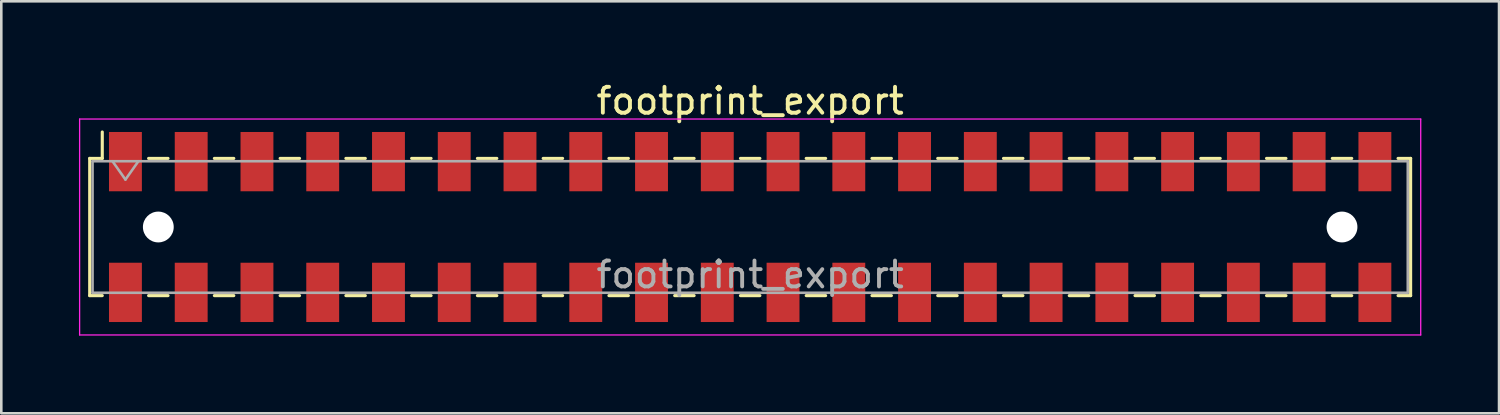
<source format=kicad_pcb>
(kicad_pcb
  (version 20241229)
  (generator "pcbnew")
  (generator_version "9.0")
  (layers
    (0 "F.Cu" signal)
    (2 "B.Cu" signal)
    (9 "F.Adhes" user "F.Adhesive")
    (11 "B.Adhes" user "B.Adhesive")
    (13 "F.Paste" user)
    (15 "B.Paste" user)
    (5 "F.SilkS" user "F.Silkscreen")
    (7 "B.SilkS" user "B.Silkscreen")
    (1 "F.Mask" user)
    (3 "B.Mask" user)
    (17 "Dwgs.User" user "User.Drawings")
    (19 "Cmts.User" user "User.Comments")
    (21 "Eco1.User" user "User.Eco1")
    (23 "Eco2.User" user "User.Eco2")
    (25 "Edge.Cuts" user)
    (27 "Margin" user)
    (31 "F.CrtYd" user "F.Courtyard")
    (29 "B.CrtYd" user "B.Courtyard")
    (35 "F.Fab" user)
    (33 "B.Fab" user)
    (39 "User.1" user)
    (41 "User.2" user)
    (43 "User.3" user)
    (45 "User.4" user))
  (footprint "footprint_export"
    (layer "F.Cu")
    (at 25.925 5.718)
    (property "Reference" "footprint_export" (at 0 -4.87 0) (layer "F.SilkS") (effects (font (size 1 1) (thickness 0.15))))
    (attr smd)
    (fp_line (start -25.51 -2.65) (end -25.51 2.65) (stroke (width 0.12) (type solid)) (layer "F.SilkS"))
    (fp_line (start -25.51 2.65) (end -25.025 2.65) (stroke (width 0.12) (type solid)) (layer "F.SilkS"))
    (fp_line (start -25.025 -3.67) (end -25.025 -2.65) (stroke (width 0.12) (type solid)) (layer "F.SilkS"))
    (fp_line (start -25.025 -2.65) (end -25.51 -2.65) (stroke (width 0.12) (type solid)) (layer "F.SilkS"))
    (fp_line (start -23.235 -2.65) (end -22.485 -2.65) (stroke (width 0.12) (type solid)) (layer "F.SilkS"))
    (fp_line (start -23.235 2.65) (end -22.485 2.65) (stroke (width 0.12) (type solid)) (layer "F.SilkS"))
    (fp_line (start -20.695 -2.65) (end -19.945 -2.65) (stroke (width 0.12) (type solid)) (layer "F.SilkS"))
    (fp_line (start -20.695 2.65) (end -19.945 2.65) (stroke (width 0.12) (type solid)) (layer "F.SilkS"))
    (fp_line (start -18.155 -2.65) (end -17.405 -2.65) (stroke (width 0.12) (type solid)) (layer "F.SilkS"))
    (fp_line (start -18.155 2.65) (end -17.405 2.65) (stroke (width 0.12) (type solid)) (layer "F.SilkS"))
    (fp_line (start -15.615 -2.65) (end -14.865 -2.65) (stroke (width 0.12) (type solid)) (layer "F.SilkS"))
    (fp_line (start -15.615 2.65) (end -14.865 2.65) (stroke (width 0.12) (type solid)) (layer "F.SilkS"))
    (fp_line (start -13.075 -2.65) (end -12.325 -2.65) (stroke (width 0.12) (type solid)) (layer "F.SilkS"))
    (fp_line (start -13.075 2.65) (end -12.325 2.65) (stroke (width 0.12) (type solid)) (layer "F.SilkS"))
    (fp_line (start -10.535 -2.65) (end -9.785 -2.65) (stroke (width 0.12) (type solid)) (layer "F.SilkS"))
    (fp_line (start -10.535 2.65) (end -9.785 2.65) (stroke (width 0.12) (type solid)) (layer "F.SilkS"))
    (fp_line (start -7.995 -2.65) (end -7.245 -2.65) (stroke (width 0.12) (type solid)) (layer "F.SilkS"))
    (fp_line (start -7.995 2.65) (end -7.245 2.65) (stroke (width 0.12) (type solid)) (layer "F.SilkS"))
    (fp_line (start -5.455 -2.65) (end -4.705 -2.65) (stroke (width 0.12) (type solid)) (layer "F.SilkS"))
    (fp_line (start -5.455 2.65) (end -4.705 2.65) (stroke (width 0.12) (type solid)) (layer "F.SilkS"))
    (fp_line (start -2.915 -2.65) (end -2.165 -2.65) (stroke (width 0.12) (type solid)) (layer "F.SilkS"))
    (fp_line (start -2.915 2.65) (end -2.165 2.65) (stroke (width 0.12) (type solid)) (layer "F.SilkS"))
    (fp_line (start -0.375 -2.65) (end 0.375 -2.65) (stroke (width 0.12) (type solid)) (layer "F.SilkS"))
    (fp_line (start -0.375 2.65) (end 0.375 2.65) (stroke (width 0.12) (type solid)) (layer "F.SilkS"))
    (fp_line (start 2.165 -2.65) (end 2.915 -2.65) (stroke (width 0.12) (type solid)) (layer "F.SilkS"))
    (fp_line (start 2.165 2.65) (end 2.915 2.65) (stroke (width 0.12) (type solid)) (layer "F.SilkS"))
    (fp_line (start 4.705 -2.65) (end 5.455 -2.65) (stroke (width 0.12) (type solid)) (layer "F.SilkS"))
    (fp_line (start 4.705 2.65) (end 5.455 2.65) (stroke (width 0.12) (type solid)) (layer "F.SilkS"))
    (fp_line (start 7.245 -2.65) (end 7.995 -2.65) (stroke (width 0.12) (type solid)) (layer "F.SilkS"))
    (fp_line (start 7.245 2.65) (end 7.995 2.65) (stroke (width 0.12) (type solid)) (layer "F.SilkS"))
    (fp_line (start 9.785 -2.65) (end 10.535 -2.65) (stroke (width 0.12) (type solid)) (layer "F.SilkS"))
    (fp_line (start 9.785 2.65) (end 10.535 2.65) (stroke (width 0.12) (type solid)) (layer "F.SilkS"))
    (fp_line (start 12.325 -2.65) (end 13.075 -2.65) (stroke (width 0.12) (type solid)) (layer "F.SilkS"))
    (fp_line (start 12.325 2.65) (end 13.075 2.65) (stroke (width 0.12) (type solid)) (layer "F.SilkS"))
    (fp_line (start 14.865 -2.65) (end 15.615 -2.65) (stroke (width 0.12) (type solid)) (layer "F.SilkS"))
    (fp_line (start 14.865 2.65) (end 15.615 2.65) (stroke (width 0.12) (type solid)) (layer "F.SilkS"))
    (fp_line (start 17.405 -2.65) (end 18.155 -2.65) (stroke (width 0.12) (type solid)) (layer "F.SilkS"))
    (fp_line (start 17.405 2.65) (end 18.155 2.65) (stroke (width 0.12) (type solid)) (layer "F.SilkS"))
    (fp_line (start 19.945 -2.65) (end 20.695 -2.65) (stroke (width 0.12) (type solid)) (layer "F.SilkS"))
    (fp_line (start 19.945 2.65) (end 20.695 2.65) (stroke (width 0.12) (type solid)) (layer "F.SilkS"))
    (fp_line (start 22.485 -2.65) (end 23.235 -2.65) (stroke (width 0.12) (type solid)) (layer "F.SilkS"))
    (fp_line (start 22.485 2.65) (end 23.235 2.65) (stroke (width 0.12) (type solid)) (layer "F.SilkS"))
    (fp_line (start 25.025 -2.65) (end 25.51 -2.65) (stroke (width 0.12) (type solid)) (layer "F.SilkS"))
    (fp_line (start 25.51 -2.65) (end 25.51 2.65) (stroke (width 0.12) (type solid)) (layer "F.SilkS"))
    (fp_line (start 25.51 2.65) (end 25.025 2.65) (stroke (width 0.12) (type solid)) (layer "F.SilkS"))
    (fp_line (start -25.9 -4.17) (end 25.9 -4.17) (stroke (width 0.05) (type solid)) (layer "F.CrtYd"))
    (fp_line (start -25.9 4.17) (end -25.9 -4.17) (stroke (width 0.05) (type solid)) (layer "F.CrtYd"))
    (fp_line (start 25.9 -4.17) (end 25.9 4.17) (stroke (width 0.05) (type solid)) (layer "F.CrtYd"))
    (fp_line (start 25.9 4.17) (end -25.9 4.17) (stroke (width 0.05) (type solid)) (layer "F.CrtYd"))
    (fp_line (start -25.4 -2.54) (end 25.4 -2.54) (stroke (width 0.1) (type solid)) (layer "F.Fab"))
    (fp_line (start -25.4 2.54) (end -25.4 -2.54) (stroke (width 0.1) (type solid)) (layer "F.Fab"))
    (fp_line (start -24.63 -2.54) (end -24.13 -1.833) (stroke (width 0.1) (type solid)) (layer "F.Fab"))
    (fp_line (start -24.13 -1.833) (end -23.63 -2.54) (stroke (width 0.1) (type solid)) (layer "F.Fab"))
    (fp_line (start 25.4 -2.54) (end 25.4 2.54) (stroke (width 0.1) (type solid)) (layer "F.Fab"))
    (fp_line (start 25.4 2.54) (end -25.4 2.54) (stroke (width 0.1) (type solid)) (layer "F.Fab"))
    (fp_text user "${REFERENCE}" (at 0 1.84 0) (layer "F.Fab") (effects (font (size 1 1) (thickness 0.15))))
    (pad "" np_thru_hole circle (at -22.86 0) (size 1.19 1.19) (drill 1.19) (layers "*.Cu" "*.Mask"))
    (pad "" np_thru_hole circle (at 22.86 0) (size 1.19 1.19) (drill 1.19) (layers "*.Cu" "*.Mask"))
    (pad "1" smd rect (at -24.13 -2.525) (size 1.27 2.29) (layers "F.Cu" "F.Mask" "F.Paste"))
    (pad "2" smd rect (at -24.13 2.525) (size 1.27 2.29) (layers "F.Cu" "F.Mask" "F.Paste"))
    (pad "3" smd rect (at -21.59 -2.525) (size 1.27 2.29) (layers "F.Cu" "F.Mask" "F.Paste"))
    (pad "4" smd rect (at -21.59 2.525) (size 1.27 2.29) (layers "F.Cu" "F.Mask" "F.Paste"))
    (pad "5" smd rect (at -19.05 -2.525) (size 1.27 2.29) (layers "F.Cu" "F.Mask" "F.Paste"))
    (pad "6" smd rect (at -19.05 2.525) (size 1.27 2.29) (layers "F.Cu" "F.Mask" "F.Paste"))
    (pad "7" smd rect (at -16.51 -2.525) (size 1.27 2.29) (layers "F.Cu" "F.Mask" "F.Paste"))
    (pad "8" smd rect (at -16.51 2.525) (size 1.27 2.29) (layers "F.Cu" "F.Mask" "F.Paste"))
    (pad "9" smd rect (at -13.97 -2.525) (size 1.27 2.29) (layers "F.Cu" "F.Mask" "F.Paste"))
    (pad "10" smd rect (at -13.97 2.525) (size 1.27 2.29) (layers "F.Cu" "F.Mask" "F.Paste"))
    (pad "11" smd rect (at -11.43 -2.525) (size 1.27 2.29) (layers "F.Cu" "F.Mask" "F.Paste"))
    (pad "12" smd rect (at -11.43 2.525) (size 1.27 2.29) (layers "F.Cu" "F.Mask" "F.Paste"))
    (pad "13" smd rect (at -8.89 -2.525) (size 1.27 2.29) (layers "F.Cu" "F.Mask" "F.Paste"))
    (pad "14" smd rect (at -8.89 2.525) (size 1.27 2.29) (layers "F.Cu" "F.Mask" "F.Paste"))
    (pad "15" smd rect (at -6.35 -2.525) (size 1.27 2.29) (layers "F.Cu" "F.Mask" "F.Paste"))
    (pad "16" smd rect (at -6.35 2.525) (size 1.27 2.29) (layers "F.Cu" "F.Mask" "F.Paste"))
    (pad "17" smd rect (at -3.81 -2.525) (size 1.27 2.29) (layers "F.Cu" "F.Mask" "F.Paste"))
    (pad "18" smd rect (at -3.81 2.525) (size 1.27 2.29) (layers "F.Cu" "F.Mask" "F.Paste"))
    (pad "19" smd rect (at -1.27 -2.525) (size 1.27 2.29) (layers "F.Cu" "F.Mask" "F.Paste"))
    (pad "20" smd rect (at -1.27 2.525) (size 1.27 2.29) (layers "F.Cu" "F.Mask" "F.Paste"))
    (pad "21" smd rect (at 1.27 -2.525) (size 1.27 2.29) (layers "F.Cu" "F.Mask" "F.Paste"))
    (pad "22" smd rect (at 1.27 2.525) (size 1.27 2.29) (layers "F.Cu" "F.Mask" "F.Paste"))
    (pad "23" smd rect (at 3.81 -2.525) (size 1.27 2.29) (layers "F.Cu" "F.Mask" "F.Paste"))
    (pad "24" smd rect (at 3.81 2.525) (size 1.27 2.29) (layers "F.Cu" "F.Mask" "F.Paste"))
    (pad "25" smd rect (at 6.35 -2.525) (size 1.27 2.29) (layers "F.Cu" "F.Mask" "F.Paste"))
    (pad "26" smd rect (at 6.35 2.525) (size 1.27 2.29) (layers "F.Cu" "F.Mask" "F.Paste"))
    (pad "27" smd rect (at 8.89 -2.525) (size 1.27 2.29) (layers "F.Cu" "F.Mask" "F.Paste"))
    (pad "28" smd rect (at 8.89 2.525) (size 1.27 2.29) (layers "F.Cu" "F.Mask" "F.Paste"))
    (pad "29" smd rect (at 11.43 -2.525) (size 1.27 2.29) (layers "F.Cu" "F.Mask" "F.Paste"))
    (pad "30" smd rect (at 11.43 2.525) (size 1.27 2.29) (layers "F.Cu" "F.Mask" "F.Paste"))
    (pad "31" smd rect (at 13.97 -2.525) (size 1.27 2.29) (layers "F.Cu" "F.Mask" "F.Paste"))
    (pad "32" smd rect (at 13.97 2.525) (size 1.27 2.29) (layers "F.Cu" "F.Mask" "F.Paste"))
    (pad "33" smd rect (at 16.51 -2.525) (size 1.27 2.29) (layers "F.Cu" "F.Mask" "F.Paste"))
    (pad "34" smd rect (at 16.51 2.525) (size 1.27 2.29) (layers "F.Cu" "F.Mask" "F.Paste"))
    (pad "35" smd rect (at 19.05 -2.525) (size 1.27 2.29) (layers "F.Cu" "F.Mask" "F.Paste"))
    (pad "36" smd rect (at 19.05 2.525) (size 1.27 2.29) (layers "F.Cu" "F.Mask" "F.Paste"))
    (pad "37" smd rect (at 21.59 -2.525) (size 1.27 2.29) (layers "F.Cu" "F.Mask" "F.Paste"))
    (pad "38" smd rect (at 21.59 2.525) (size 1.27 2.29) (layers "F.Cu" "F.Mask" "F.Paste"))
    (pad "39" smd rect (at 24.13 -2.525) (size 1.27 2.29) (layers "F.Cu" "F.Mask" "F.Paste"))
    (pad "40" smd rect (at 24.13 2.525) (size 1.27 2.29) (layers "F.Cu" "F.Mask" "F.Paste")))
  (gr_rect
    (start -3 -3)
    (end 54.85 12.913)
    (stroke (width 0.1) (type default))
    (fill no)
    (layer "Edge.Cuts")))
</source>
